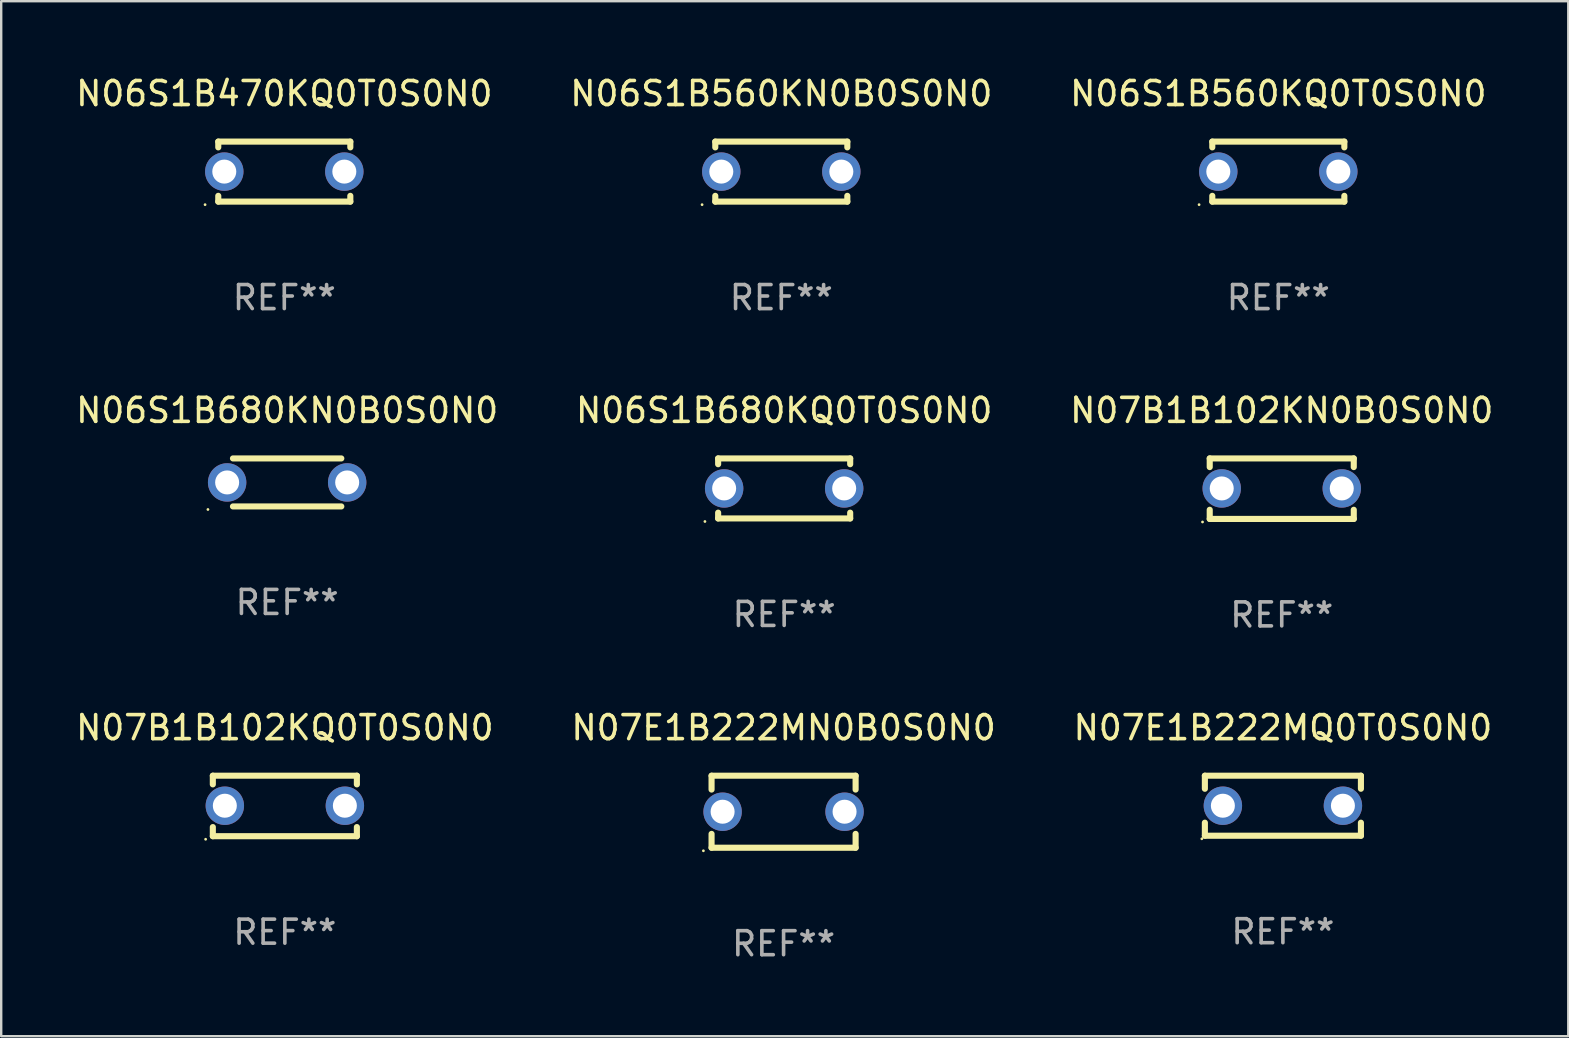
<source format=kicad_pcb>
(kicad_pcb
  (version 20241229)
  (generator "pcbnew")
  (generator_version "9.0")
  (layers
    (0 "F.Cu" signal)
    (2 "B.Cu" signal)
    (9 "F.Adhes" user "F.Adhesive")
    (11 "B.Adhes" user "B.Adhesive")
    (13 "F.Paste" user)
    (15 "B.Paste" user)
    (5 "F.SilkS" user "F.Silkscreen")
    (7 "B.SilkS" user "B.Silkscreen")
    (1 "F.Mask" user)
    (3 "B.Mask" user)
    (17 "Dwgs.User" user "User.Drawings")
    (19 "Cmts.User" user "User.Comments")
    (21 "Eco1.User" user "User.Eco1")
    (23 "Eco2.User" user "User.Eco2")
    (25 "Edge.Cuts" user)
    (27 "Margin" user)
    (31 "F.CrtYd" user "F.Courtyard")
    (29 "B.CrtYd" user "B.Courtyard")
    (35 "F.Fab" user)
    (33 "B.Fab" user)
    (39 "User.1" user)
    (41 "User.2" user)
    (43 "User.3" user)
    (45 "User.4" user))
  (footprint "N07B1B102KQ0T0S0N0"
    (layer "F.Cu")
    (at 8.815 30.521)
    (property "Reference" "N07B1B102KQ0T0S0N0" (at 0 -3.26 0) (layer "F.SilkS") (effects (font (size 1 1) (thickness 0.15))))
    (attr through_hole)
    (fp_line (start -3 -1.26) (end -3 -0.899) (stroke (width 0.254) (type solid)) (layer "F.SilkS"))
    (fp_line (start -3 1.26) (end -3 0.879) (stroke (width 0.254) (type solid)) (layer "F.SilkS"))
    (fp_line (start 3 -1.26) (end -3 -1.26) (stroke (width 0.254) (type solid)) (layer "F.SilkS"))
    (fp_line (start 3 -0.899) (end 3 -1.26) (stroke (width 0.254) (type solid)) (layer "F.SilkS"))
    (fp_line (start 3 0.879) (end 3 1.26) (stroke (width 0.254) (type solid)) (layer "F.SilkS"))
    (fp_line (start 3 1.26) (end -3 1.26) (stroke (width 0.254) (type solid)) (layer "F.SilkS"))
    (fp_circle (center -3.3 1.387) (end -3.27 1.387) (stroke (width 0.06) (type solid)) (fill no) (layer "F.SilkS"))
    (fp_text user "REF**" (at 0 5.26 0) (layer "F.Fab") (effects (font (size 1 1) (thickness 0.15))))
    (pad "1" thru_hole circle (at -2.5 -0.01) (size 1.6 1.6) (drill 1) (layers "*.Cu" "*.Mask"))
    (pad "2" thru_hole circle (at 2.5 -0.01) (size 1.6 1.6) (drill 1) (layers "*.Cu" "*.Mask")))
  (footprint "N07E1B222MQ0T0S0N0"
    (layer "F.Cu")
    (at 50.387 30.511)
    (property "Reference" "N07E1B222MQ0T0S0N0" (at 0 -3.25 0) (layer "F.SilkS") (effects (font (size 1 1) (thickness 0.15))))
    (attr through_hole)
    (fp_line (start -3.25 -1.25) (end -3.25 -0.706) (stroke (width 0.254) (type solid)) (layer "F.SilkS"))
    (fp_line (start -3.25 -1.25) (end 3.25 -1.25) (stroke (width 0.254) (type solid)) (layer "F.SilkS"))
    (fp_line (start -3.25 0.706) (end -3.25 1.25) (stroke (width 0.254) (type solid)) (layer "F.SilkS"))
    (fp_line (start 3.25 1.25) (end -3.25 1.25) (stroke (width 0.254) (type solid)) (layer "F.SilkS"))
    (fp_line (start 3.25 -1.25) (end 3.25 -0.707) (stroke (width 0.254) (type solid)) (layer "F.SilkS"))
    (fp_line (start 3.25 0.707) (end 3.25 1.25) (stroke (width 0.254) (type solid)) (layer "F.SilkS"))
    (fp_circle (center -3.377 1.377) (end -3.347 1.377) (stroke (width 0.06) (type solid)) (fill no) (layer "F.SilkS"))
    (fp_text user "REF**" (at 0 5.25 0) (layer "F.Fab") (effects (font (size 1 1) (thickness 0.15))))
    (pad "1" thru_hole circle (at -2.5 0) (size 1.6 1.6) (drill 1) (layers "*.Cu" "*.Mask"))
    (pad "2" thru_hole circle (at 2.5 0) (size 1.6 1.6) (drill 1) (layers "*.Cu" "*.Mask")))
  (footprint "N06S1B560KQ0T0S0N0"
    (layer "F.Cu")
    (at 50.196 4.098)
    (property "Reference" "N06S1B560KQ0T0S0N0" (at 0 -3.25 0) (layer "F.SilkS") (effects (font (size 1 1) (thickness 0.15))))
    (attr through_hole)
    (fp_line (start -2.75 -1.25) (end -2.75 -1.009) (stroke (width 0.254) (type solid)) (layer "F.SilkS"))
    (fp_line (start -2.75 -1.25) (end 2.75 -1.25) (stroke (width 0.254) (type solid)) (layer "F.SilkS"))
    (fp_line (start -2.75 1.009) (end -2.75 1.25) (stroke (width 0.254) (type solid)) (layer "F.SilkS"))
    (fp_line (start 2.75 -1.25) (end 2.75 -1.009) (stroke (width 0.254) (type solid)) (layer "F.SilkS"))
    (fp_line (start 2.75 1.009) (end 2.75 1.25) (stroke (width 0.254) (type solid)) (layer "F.SilkS"))
    (fp_line (start 2.75 1.25) (end -2.75 1.25) (stroke (width 0.254) (type solid)) (layer "F.SilkS"))
    (fp_circle (center -3.3 1.377) (end -3.27 1.377) (stroke (width 0.06) (type solid)) (fill no) (layer "F.SilkS"))
    (fp_text user "REF**" (at 0 5.25 0) (layer "F.Fab") (effects (font (size 1 1) (thickness 0.15))))
    (pad "1" thru_hole circle (at -2.5 0) (size 1.6 1.6) (drill 1) (layers "*.Cu" "*.Mask"))
    (pad "2" thru_hole circle (at 2.5 0) (size 1.6 1.6) (drill 1) (layers "*.Cu" "*.Mask")))
  (footprint "N07E1B222MN0B0S0N0"
    (layer "F.Cu")
    (at 29.589 30.761)
    (property "Reference" "N07E1B222MN0B0S0N0" (at 0 -3.5 0) (layer "F.SilkS") (effects (font (size 1 1) (thickness 0.15))))
    (attr through_hole)
    (fp_line (start -3 -1.5) (end -3 -0.923) (stroke (width 0.254) (type solid)) (layer "F.SilkS"))
    (fp_line (start -3 -1.5) (end 3 -1.5) (stroke (width 0.254) (type solid)) (layer "F.SilkS"))
    (fp_line (start -3 0.923) (end -3 1.5) (stroke (width 0.254) (type solid)) (layer "F.SilkS"))
    (fp_line (start 3 -1.5) (end 3 -0.923) (stroke (width 0.254) (type solid)) (layer "F.SilkS"))
    (fp_line (start 3 0.923) (end 3 1.5) (stroke (width 0.254) (type solid)) (layer "F.SilkS"))
    (fp_line (start 3 1.5) (end -3 1.5) (stroke (width 0.254) (type solid)) (layer "F.SilkS"))
    (fp_circle (center -3.34 1.627) (end -3.31 1.627) (stroke (width 0.06) (type solid)) (fill no) (layer "F.SilkS"))
    (fp_text user "REF**" (at 0 5.5 0) (layer "F.Fab") (effects (font (size 1 1) (thickness 0.15))))
    (pad "1" thru_hole circle (at -2.54 0) (size 1.6 1.6) (drill 1) (layers "*.Cu" "*.Mask"))
    (pad "2" thru_hole circle (at 2.54 0) (size 1.6 1.6) (drill 1) (layers "*.Cu" "*.Mask")))
  (footprint "N06S1B470KQ0T0S0N0"
    (layer "F.Cu")
    (at 8.792 4.098)
    (property "Reference" "N06S1B470KQ0T0S0N0" (at 0 -3.25 0) (layer "F.SilkS") (effects (font (size 1 1) (thickness 0.15))))
    (attr through_hole)
    (fp_line (start -2.75 -1.25) (end -2.75 -1.009) (stroke (width 0.254) (type solid)) (layer "F.SilkS"))
    (fp_line (start -2.75 -1.25) (end 2.75 -1.25) (stroke (width 0.254) (type solid)) (layer "F.SilkS"))
    (fp_line (start -2.75 1.009) (end -2.75 1.25) (stroke (width 0.254) (type solid)) (layer "F.SilkS"))
    (fp_line (start 2.75 -1.25) (end 2.75 -1.009) (stroke (width 0.254) (type solid)) (layer "F.SilkS"))
    (fp_line (start 2.75 1.009) (end 2.75 1.25) (stroke (width 0.254) (type solid)) (layer "F.SilkS"))
    (fp_line (start 2.75 1.25) (end -2.75 1.25) (stroke (width 0.254) (type solid)) (layer "F.SilkS"))
    (fp_circle (center -3.3 1.377) (end -3.27 1.377) (stroke (width 0.06) (type solid)) (fill no) (layer "F.SilkS"))
    (fp_text user "REF**" (at 0 5.25 0) (layer "F.Fab") (effects (font (size 1 1) (thickness 0.15))))
    (pad "1" thru_hole circle (at -2.5 0) (size 1.6 1.6) (drill 1) (layers "*.Cu" "*.Mask"))
    (pad "2" thru_hole circle (at 2.5 0) (size 1.6 1.6) (drill 1) (layers "*.Cu" "*.Mask")))
  (footprint "N06S1B680KN0B0S0N0"
    (layer "F.Cu")
    (at 8.911 17.045)
    (property "Reference" "N06S1B680KN0B0S0N0" (at 0 -3 0) (layer "F.SilkS") (effects (font (size 1 1) (thickness 0.15))))
    (attr through_hole)
    (fp_line (start -2.257 -1) (end 2.256 -1) (stroke (width 0.254) (type solid)) (layer "F.SilkS"))
    (fp_line (start -2.257 1) (end 2.256 1) (stroke (width 0.254) (type solid)) (layer "F.SilkS"))
    (fp_circle (center -3.3 1.127) (end -3.27 1.127) (stroke (width 0.06) (type solid)) (fill no) (layer "F.SilkS"))
    (fp_text user "REF**" (at 0 5 0) (layer "F.Fab") (effects (font (size 1 1) (thickness 0.15))))
    (pad "1" thru_hole circle (at -2.5 0) (size 1.6 1.6) (drill 1) (layers "*.Cu" "*.Mask"))
    (pad "2" thru_hole circle (at 2.5 0) (size 1.6 1.6) (drill 1) (layers "*.Cu" "*.Mask")))
  (footprint "N06S1B560KN0B0S0N0"
    (layer "F.Cu")
    (at 29.494 4.098)
    (property "Reference" "N06S1B560KN0B0S0N0" (at 0 -3.25 0) (layer "F.SilkS") (effects (font (size 1 1) (thickness 0.15))))
    (attr through_hole)
    (fp_line (start -2.75 -1.25) (end -2.75 -1.009) (stroke (width 0.254) (type solid)) (layer "F.SilkS"))
    (fp_line (start -2.75 -1.25) (end 2.75 -1.25) (stroke (width 0.254) (type solid)) (layer "F.SilkS"))
    (fp_line (start -2.75 1.009) (end -2.75 1.25) (stroke (width 0.254) (type solid)) (layer "F.SilkS"))
    (fp_line (start 2.75 -1.25) (end 2.75 -1.009) (stroke (width 0.254) (type solid)) (layer "F.SilkS"))
    (fp_line (start 2.75 1.009) (end 2.75 1.25) (stroke (width 0.254) (type solid)) (layer "F.SilkS"))
    (fp_line (start 2.75 1.25) (end -2.75 1.25) (stroke (width 0.254) (type solid)) (layer "F.SilkS"))
    (fp_circle (center -3.3 1.377) (end -3.27 1.377) (stroke (width 0.06) (type solid)) (fill no) (layer "F.SilkS"))
    (fp_text user "REF**" (at 0 5.25 0) (layer "F.Fab") (effects (font (size 1 1) (thickness 0.15))))
    (pad "1" thru_hole circle (at -2.5 0) (size 1.6 1.6) (drill 1) (layers "*.Cu" "*.Mask"))
    (pad "2" thru_hole circle (at 2.5 0) (size 1.6 1.6) (drill 1) (layers "*.Cu" "*.Mask")))
  (footprint "N07B1B102KN0B0S0N0"
    (layer "F.Cu")
    (at 50.339 17.305)
    (property "Reference" "N07B1B102KN0B0S0N0" (at 0 -3.26 0) (layer "F.SilkS") (effects (font (size 1 1) (thickness 0.15))))
    (attr through_hole)
    (fp_line (start -3 -1.26) (end -3 -0.899) (stroke (width 0.254) (type solid)) (layer "F.SilkS"))
    (fp_line (start -3 1.26) (end -3 0.879) (stroke (width 0.254) (type solid)) (layer "F.SilkS"))
    (fp_line (start 3 -1.26) (end -3 -1.26) (stroke (width 0.254) (type solid)) (layer "F.SilkS"))
    (fp_line (start 3 -0.899) (end 3 -1.26) (stroke (width 0.254) (type solid)) (layer "F.SilkS"))
    (fp_line (start 3 0.879) (end 3 1.26) (stroke (width 0.254) (type solid)) (layer "F.SilkS"))
    (fp_line (start 3 1.26) (end -3 1.26) (stroke (width 0.254) (type solid)) (layer "F.SilkS"))
    (fp_circle (center -3.3 1.387) (end -3.27 1.387) (stroke (width 0.06) (type solid)) (fill no) (layer "F.SilkS"))
    (fp_text user "REF**" (at 0 5.26 0) (layer "F.Fab") (effects (font (size 1 1) (thickness 0.15))))
    (pad "1" thru_hole circle (at -2.5 -0.01) (size 1.6 1.6) (drill 1) (layers "*.Cu" "*.Mask"))
    (pad "2" thru_hole circle (at 2.5 -0.01) (size 1.6 1.6) (drill 1) (layers "*.Cu" "*.Mask")))
  (footprint "N06S1B680KQ0T0S0N0"
    (layer "F.Cu")
    (at 29.613 17.295)
    (property "Reference" "N06S1B680KQ0T0S0N0" (at 0 -3.25 0) (layer "F.SilkS") (effects (font (size 1 1) (thickness 0.15))))
    (attr through_hole)
    (fp_line (start -2.75 -1.25) (end -2.75 -1.009) (stroke (width 0.254) (type solid)) (layer "F.SilkS"))
    (fp_line (start -2.75 -1.25) (end 2.75 -1.25) (stroke (width 0.254) (type solid)) (layer "F.SilkS"))
    (fp_line (start -2.75 1.009) (end -2.75 1.25) (stroke (width 0.254) (type solid)) (layer "F.SilkS"))
    (fp_line (start 2.75 -1.25) (end 2.75 -1.009) (stroke (width 0.254) (type solid)) (layer "F.SilkS"))
    (fp_line (start 2.75 1.009) (end 2.75 1.25) (stroke (width 0.254) (type solid)) (layer "F.SilkS"))
    (fp_line (start 2.75 1.25) (end -2.75 1.25) (stroke (width 0.254) (type solid)) (layer "F.SilkS"))
    (fp_circle (center -3.3 1.377) (end -3.27 1.377) (stroke (width 0.06) (type solid)) (fill no) (layer "F.SilkS"))
    (fp_text user "REF**" (at 0 5.25 0) (layer "F.Fab") (effects (font (size 1 1) (thickness 0.15))))
    (pad "1" thru_hole circle (at -2.5 0) (size 1.6 1.6) (drill 1) (layers "*.Cu" "*.Mask"))
    (pad "2" thru_hole circle (at 2.5 0) (size 1.6 1.6) (drill 1) (layers "*.Cu" "*.Mask")))
  (gr_rect
    (start -3 -3)
    (end 62.274 40.11)
    (stroke (width 0.1) (type default))
    (fill no)
    (layer "Edge.Cuts")))
</source>
